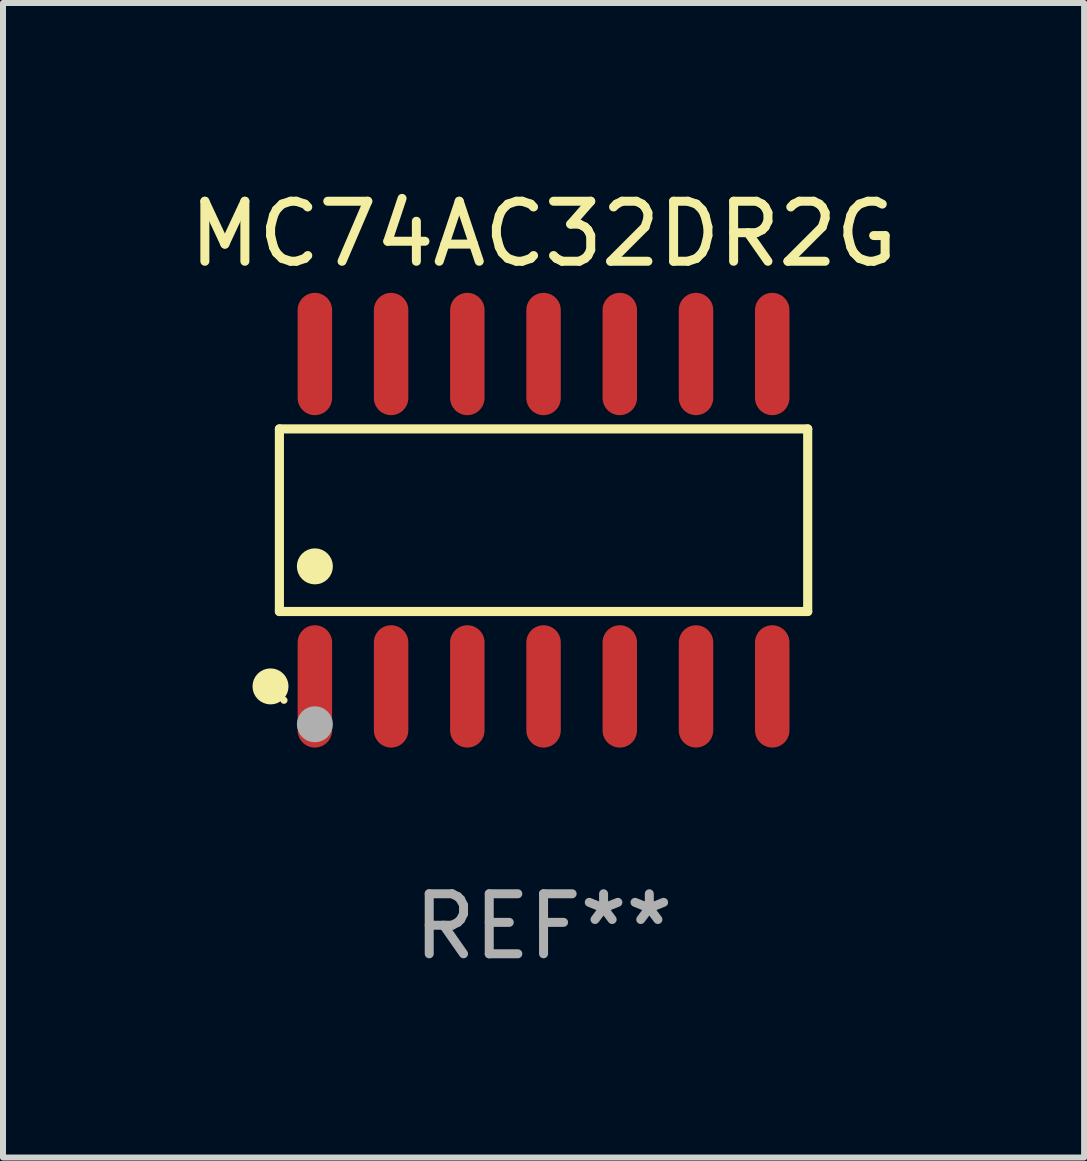
<source format=kicad_pcb>
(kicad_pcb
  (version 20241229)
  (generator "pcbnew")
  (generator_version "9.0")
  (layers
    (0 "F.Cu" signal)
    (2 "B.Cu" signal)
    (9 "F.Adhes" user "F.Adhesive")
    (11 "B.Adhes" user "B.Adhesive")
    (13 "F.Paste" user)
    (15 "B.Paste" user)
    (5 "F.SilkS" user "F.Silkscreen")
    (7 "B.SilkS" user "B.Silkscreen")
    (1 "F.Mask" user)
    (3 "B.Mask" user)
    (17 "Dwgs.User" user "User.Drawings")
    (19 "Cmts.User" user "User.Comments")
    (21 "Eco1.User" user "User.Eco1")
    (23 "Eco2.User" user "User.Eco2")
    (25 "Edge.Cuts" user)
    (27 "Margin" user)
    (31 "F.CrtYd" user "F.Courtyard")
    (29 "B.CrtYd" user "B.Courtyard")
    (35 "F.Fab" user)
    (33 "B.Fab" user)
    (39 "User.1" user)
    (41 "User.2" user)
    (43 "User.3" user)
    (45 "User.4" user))
  (footprint "MC74AC32DR2G"
    (layer "F.Cu")
    (at 6.006 5.617)
    (property "Reference" "MC74AC32DR2G" (at 0 -4.769 0) (layer "F.SilkS") (effects (font (size 1 1) (thickness 0.15))))
    (attr through_hole)
    (fp_line (start -4.401 -1.521) (end 4.401 -1.521) (stroke (width 0.152) (type solid)) (layer "F.SilkS"))
    (fp_line (start -4.401 1.521) (end -4.401 -1.521) (stroke (width 0.152) (type solid)) (layer "F.SilkS"))
    (fp_line (start 4.401 -1.521) (end 4.401 1.521) (stroke (width 0.152) (type solid)) (layer "F.SilkS"))
    (fp_line (start 4.401 1.521) (end -4.401 1.521) (stroke (width 0.152) (type solid)) (layer "F.SilkS"))
    (fp_circle (center -4.549 2.769) (end -4.399 2.769) (stroke (width 0.3) (type solid)) (fill no) (layer "F.SilkS"))
    (fp_circle (center -4.325 3) (end -4.295 3) (stroke (width 0.06) (type solid)) (fill no) (layer "F.SilkS"))
    (fp_circle (center -3.81 0.769) (end -3.66 0.769) (stroke (width 0.3) (type solid)) (fill no) (layer "F.SilkS"))
    (fp_circle (center -3.81 3.4) (end -3.66 3.4) (stroke (width 0.3) (type solid)) (fill no) (layer "F.Fab"))
    (fp_text user "REF**" (at 0 6.769 0) (layer "F.Fab") (effects (font (size 1 1) (thickness 0.15))))
    (pad "1" smd oval (at -3.81 2.769) (size 0.574 2.038) (layers "F.Cu" "F.Mask" "F.Paste"))
    (pad "2" smd oval (at -2.54 2.769) (size 0.574 2.038) (layers "F.Cu" "F.Mask" "F.Paste"))
    (pad "3" smd oval (at -1.27 2.769) (size 0.574 2.038) (layers "F.Cu" "F.Mask" "F.Paste"))
    (pad "4" smd oval (at 0 2.769) (size 0.574 2.038) (layers "F.Cu" "F.Mask" "F.Paste"))
    (pad "5" smd oval (at 1.27 2.769) (size 0.574 2.038) (layers "F.Cu" "F.Mask" "F.Paste"))
    (pad "6" smd oval (at 2.54 2.769) (size 0.574 2.038) (layers "F.Cu" "F.Mask" "F.Paste"))
    (pad "7" smd oval (at 3.81 2.769) (size 0.574 2.038) (layers "F.Cu" "F.Mask" "F.Paste"))
    (pad "8" smd oval (at 3.81 -2.769) (size 0.574 2.038) (layers "F.Cu" "F.Mask" "F.Paste"))
    (pad "9" smd oval (at 2.54 -2.769) (size 0.574 2.038) (layers "F.Cu" "F.Mask" "F.Paste"))
    (pad "10" smd oval (at 1.27 -2.769) (size 0.574 2.038) (layers "F.Cu" "F.Mask" "F.Paste"))
    (pad "11" smd oval (at 0 -2.769) (size 0.574 2.038) (layers "F.Cu" "F.Mask" "F.Paste"))
    (pad "12" smd oval (at -1.27 -2.769) (size 0.574 2.038) (layers "F.Cu" "F.Mask" "F.Paste"))
    (pad "13" smd oval (at -2.54 -2.769) (size 0.574 2.038) (layers "F.Cu" "F.Mask" "F.Paste"))
    (pad "14" smd oval (at -3.81 -2.769) (size 0.574 2.038) (layers "F.Cu" "F.Mask" "F.Paste")))
  (gr_rect
    (start -3 -3)
    (end 15.012 16.235)
    (stroke (width 0.1) (type default))
    (fill no)
    (layer "Edge.Cuts")))
</source>
